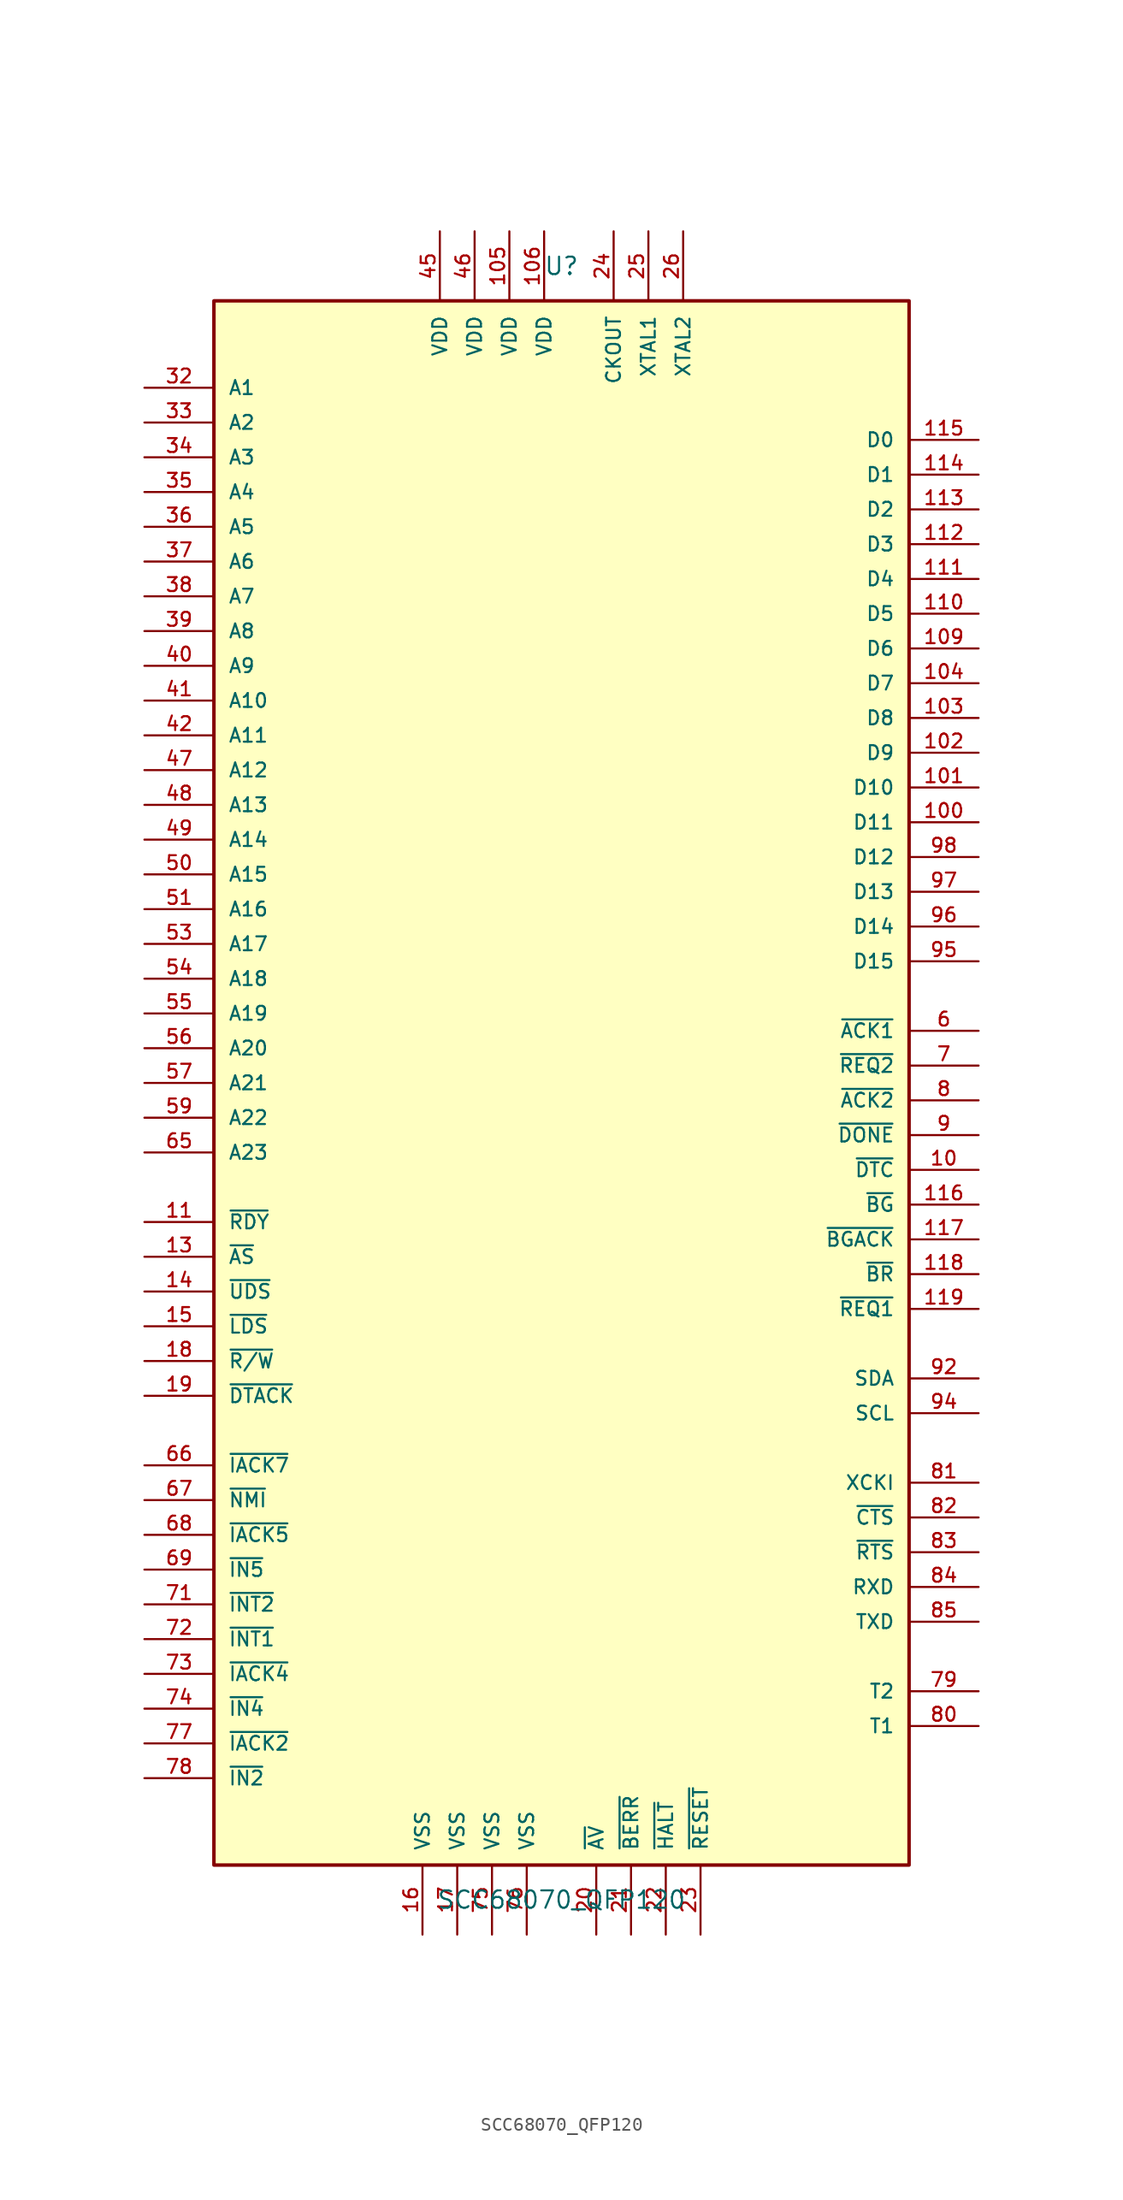
<source format=kicad_sym>
(kicad_symbol_lib
  (version 20211014)
  (generator kicad_symbol_generator)
  (symbol "SCC68070_QFP120"
    (pin_names
      (offset 1.016))
    (property "Reference" "U"
      (at 0 59.69 0)
      (effects (font (size 1.27 1.27))))
    (property "Value" "SCC68070_QFP120"
      (at 0 -59.69 0)
      (effects (font (size 1.27 1.27))))
    (symbol "SCC68070_QFP120_0_1"
      (rectangle (start -25.40 57.15) (end 25.40 -57.15) (stroke (width 0.254) (type default) (color 0 0 0 0)) (fill (type background))))
    (symbol "SCC68070_QFP120_1_1"
      (pin tri_state line (at -30.48 50.80 0) (length 5.08) (name "A1" (effects (font (size 1.016 1.016)))) (number "32" (effects (font (size 1.016 1.016)))))
      (pin tri_state line (at -30.48 48.26 0) (length 5.08) (name "A2" (effects (font (size 1.016 1.016)))) (number "33" (effects (font (size 1.016 1.016)))))
      (pin tri_state line (at -30.48 45.72 0) (length 5.08) (name "A3" (effects (font (size 1.016 1.016)))) (number "34" (effects (font (size 1.016 1.016)))))
      (pin tri_state line (at -30.48 43.18 0) (length 5.08) (name "A4" (effects (font (size 1.016 1.016)))) (number "35" (effects (font (size 1.016 1.016)))))
      (pin tri_state line (at -30.48 40.64 0) (length 5.08) (name "A5" (effects (font (size 1.016 1.016)))) (number "36" (effects (font (size 1.016 1.016)))))
      (pin tri_state line (at -30.48 38.10 0) (length 5.08) (name "A6" (effects (font (size 1.016 1.016)))) (number "37" (effects (font (size 1.016 1.016)))))
      (pin tri_state line (at -30.48 35.56 0) (length 5.08) (name "A7" (effects (font (size 1.016 1.016)))) (number "38" (effects (font (size 1.016 1.016)))))
      (pin tri_state line (at -30.48 33.02 0) (length 5.08) (name "A8" (effects (font (size 1.016 1.016)))) (number "39" (effects (font (size 1.016 1.016)))))
      (pin tri_state line (at -30.48 30.48 0) (length 5.08) (name "A9" (effects (font (size 1.016 1.016)))) (number "40" (effects (font (size 1.016 1.016)))))
      (pin tri_state line (at -30.48 27.94 0) (length 5.08) (name "A10" (effects (font (size 1.016 1.016)))) (number "41" (effects (font (size 1.016 1.016)))))
      (pin tri_state line (at -30.48 25.40 0) (length 5.08) (name "A11" (effects (font (size 1.016 1.016)))) (number "42" (effects (font (size 1.016 1.016)))))
      (pin tri_state line (at -30.48 22.86 0) (length 5.08) (name "A12" (effects (font (size 1.016 1.016)))) (number "47" (effects (font (size 1.016 1.016)))))
      (pin tri_state line (at -30.48 20.32 0) (length 5.08) (name "A13" (effects (font (size 1.016 1.016)))) (number "48" (effects (font (size 1.016 1.016)))))
      (pin tri_state line (at -30.48 17.78 0) (length 5.08) (name "A14" (effects (font (size 1.016 1.016)))) (number "49" (effects (font (size 1.016 1.016)))))
      (pin tri_state line (at -30.48 15.24 0) (length 5.08) (name "A15" (effects (font (size 1.016 1.016)))) (number "50" (effects (font (size 1.016 1.016)))))
      (pin tri_state line (at -30.48 12.70 0) (length 5.08) (name "A16" (effects (font (size 1.016 1.016)))) (number "51" (effects (font (size 1.016 1.016)))))
      (pin tri_state line (at -30.48 10.16 0) (length 5.08) (name "A17" (effects (font (size 1.016 1.016)))) (number "53" (effects (font (size 1.016 1.016)))))
      (pin tri_state line (at -30.48 7.62 0) (length 5.08) (name "A18" (effects (font (size 1.016 1.016)))) (number "54" (effects (font (size 1.016 1.016)))))
      (pin tri_state line (at -30.48 5.08 0) (length 5.08) (name "A19" (effects (font (size 1.016 1.016)))) (number "55" (effects (font (size 1.016 1.016)))))
      (pin tri_state line (at -30.48 2.54 0) (length 5.08) (name "A20" (effects (font (size 1.016 1.016)))) (number "56" (effects (font (size 1.016 1.016)))))
      (pin tri_state line (at -30.48 0.00 0) (length 5.08) (name "A21" (effects (font (size 1.016 1.016)))) (number "57" (effects (font (size 1.016 1.016)))))
      (pin tri_state line (at -30.48 -2.54 0) (length 5.08) (name "A22" (effects (font (size 1.016 1.016)))) (number "59" (effects (font (size 1.016 1.016)))))
      (pin tri_state line (at -30.48 -5.08 0) (length 5.08) (name "A23" (effects (font (size 1.016 1.016)))) (number "65" (effects (font (size 1.016 1.016)))))
      (pin input line (at -30.48 -10.16 0) (length 5.08) (name "~{RDY}" (effects (font (size 1.016 1.016)))) (number "11" (effects (font (size 1.016 1.016)))))
      (pin tri_state line (at -30.48 -12.70 0) (length 5.08) (name "~{AS}" (effects (font (size 1.016 1.016)))) (number "13" (effects (font (size 1.016 1.016)))))
      (pin tri_state line (at -30.48 -15.24 0) (length 5.08) (name "~{UDS}" (effects (font (size 1.016 1.016)))) (number "14" (effects (font (size 1.016 1.016)))))
      (pin tri_state line (at -30.48 -17.78 0) (length 5.08) (name "~{LDS}" (effects (font (size 1.016 1.016)))) (number "15" (effects (font (size 1.016 1.016)))))
      (pin tri_state line (at -30.48 -20.32 0) (length 5.08) (name "~{R/W}" (effects (font (size 1.016 1.016)))) (number "18" (effects (font (size 1.016 1.016)))))
      (pin input line (at -30.48 -22.86 0) (length 5.08) (name "~{DTACK}" (effects (font (size 1.016 1.016)))) (number "19" (effects (font (size 1.016 1.016)))))
      (pin output line (at -30.48 -27.94 0) (length 5.08) (name "~{IACK7}" (effects (font (size 1.016 1.016)))) (number "66" (effects (font (size 1.016 1.016)))))
      (pin input line (at -30.48 -30.48 0) (length 5.08) (name "~{NMI}" (effects (font (size 1.016 1.016)))) (number "67" (effects (font (size 1.016 1.016)))))
      (pin output line (at -30.48 -33.02 0) (length 5.08) (name "~{IACK5}" (effects (font (size 1.016 1.016)))) (number "68" (effects (font (size 1.016 1.016)))))
      (pin input line (at -30.48 -35.56 0) (length 5.08) (name "~{IN5}" (effects (font (size 1.016 1.016)))) (number "69" (effects (font (size 1.016 1.016)))))
      (pin input line (at -30.48 -38.10 0) (length 5.08) (name "~{INT2}" (effects (font (size 1.016 1.016)))) (number "71" (effects (font (size 1.016 1.016)))))
      (pin input line (at -30.48 -40.64 0) (length 5.08) (name "~{INT1}" (effects (font (size 1.016 1.016)))) (number "72" (effects (font (size 1.016 1.016)))))
      (pin output line (at -30.48 -43.18 0) (length 5.08) (name "~{IACK4}" (effects (font (size 1.016 1.016)))) (number "73" (effects (font (size 1.016 1.016)))))
      (pin input line (at -30.48 -45.72 0) (length 5.08) (name "~{IN4}" (effects (font (size 1.016 1.016)))) (number "74" (effects (font (size 1.016 1.016)))))
      (pin output line (at -30.48 -48.26 0) (length 5.08) (name "~{IACK2}" (effects (font (size 1.016 1.016)))) (number "77" (effects (font (size 1.016 1.016)))))
      (pin input line (at -30.48 -50.80 0) (length 5.08) (name "~{IN2}" (effects (font (size 1.016 1.016)))) (number "78" (effects (font (size 1.016 1.016)))))
      (pin bidirectional line (at 30.48 46.99 180) (length 5.08) (name "D0" (effects (font (size 1.016 1.016)))) (number "115" (effects (font (size 1.016 1.016)))))
      (pin bidirectional line (at 30.48 44.45 180) (length 5.08) (name "D1" (effects (font (size 1.016 1.016)))) (number "114" (effects (font (size 1.016 1.016)))))
      (pin bidirectional line (at 30.48 41.91 180) (length 5.08) (name "D2" (effects (font (size 1.016 1.016)))) (number "113" (effects (font (size 1.016 1.016)))))
      (pin bidirectional line (at 30.48 39.37 180) (length 5.08) (name "D3" (effects (font (size 1.016 1.016)))) (number "112" (effects (font (size 1.016 1.016)))))
      (pin bidirectional line (at 30.48 36.83 180) (length 5.08) (name "D4" (effects (font (size 1.016 1.016)))) (number "111" (effects (font (size 1.016 1.016)))))
      (pin bidirectional line (at 30.48 34.29 180) (length 5.08) (name "D5" (effects (font (size 1.016 1.016)))) (number "110" (effects (font (size 1.016 1.016)))))
      (pin bidirectional line (at 30.48 31.75 180) (length 5.08) (name "D6" (effects (font (size 1.016 1.016)))) (number "109" (effects (font (size 1.016 1.016)))))
      (pin bidirectional line (at 30.48 29.21 180) (length 5.08) (name "D7" (effects (font (size 1.016 1.016)))) (number "104" (effects (font (size 1.016 1.016)))))
      (pin bidirectional line (at 30.48 26.67 180) (length 5.08) (name "D8" (effects (font (size 1.016 1.016)))) (number "103" (effects (font (size 1.016 1.016)))))
      (pin bidirectional line (at 30.48 24.13 180) (length 5.08) (name "D9" (effects (font (size 1.016 1.016)))) (number "102" (effects (font (size 1.016 1.016)))))
      (pin bidirectional line (at 30.48 21.59 180) (length 5.08) (name "D10" (effects (font (size 1.016 1.016)))) (number "101" (effects (font (size 1.016 1.016)))))
      (pin bidirectional line (at 30.48 19.05 180) (length 5.08) (name "D11" (effects (font (size 1.016 1.016)))) (number "100" (effects (font (size 1.016 1.016)))))
      (pin bidirectional line (at 30.48 16.51 180) (length 5.08) (name "D12" (effects (font (size 1.016 1.016)))) (number "98" (effects (font (size 1.016 1.016)))))
      (pin bidirectional line (at 30.48 13.97 180) (length 5.08) (name "D13" (effects (font (size 1.016 1.016)))) (number "97" (effects (font (size 1.016 1.016)))))
      (pin bidirectional line (at 30.48 11.43 180) (length 5.08) (name "D14" (effects (font (size 1.016 1.016)))) (number "96" (effects (font (size 1.016 1.016)))))
      (pin bidirectional line (at 30.48 8.89 180) (length 5.08) (name "D15" (effects (font (size 1.016 1.016)))) (number "95" (effects (font (size 1.016 1.016)))))
      (pin output line (at 30.48 3.81 180) (length 5.08) (name "~{ACK1}" (effects (font (size 1.016 1.016)))) (number "6" (effects (font (size 1.016 1.016)))))
      (pin input line (at 30.48 1.27 180) (length 5.08) (name "~{REQ2}" (effects (font (size 1.016 1.016)))) (number "7" (effects (font (size 1.016 1.016)))))
      (pin output line (at 30.48 -1.27 180) (length 5.08) (name "~{ACK2}" (effects (font (size 1.016 1.016)))) (number "8" (effects (font (size 1.016 1.016)))))
      (pin open_emitter line (at 30.48 -3.81 180) (length 5.08) (name "~{DONE}" (effects (font (size 1.016 1.016)))) (number "9" (effects (font (size 1.016 1.016)))))
      (pin open_collector line (at 30.48 -6.35 180) (length 5.08) (name "~{DTC}" (effects (font (size 1.016 1.016)))) (number "10" (effects (font (size 1.016 1.016)))))
      (pin output line (at 30.48 -8.89 180) (length 5.08) (name "~{BG}" (effects (font (size 1.016 1.016)))) (number "116" (effects (font (size 1.016 1.016)))))
      (pin open_emitter line (at 30.48 -11.43 180) (length 5.08) (name "~{BGACK}" (effects (font (size 1.016 1.016)))) (number "117" (effects (font (size 1.016 1.016)))))
      (pin input line (at 30.48 -13.97 180) (length 5.08) (name "~{BR}" (effects (font (size 1.016 1.016)))) (number "118" (effects (font (size 1.016 1.016)))))
      (pin input line (at 30.48 -16.51 180) (length 5.08) (name "~{REQ1}" (effects (font (size 1.016 1.016)))) (number "119" (effects (font (size 1.016 1.016)))))
      (pin open_emitter line (at 30.48 -21.59 180) (length 5.08) (name "SDA" (effects (font (size 1.016 1.016)))) (number "92" (effects (font (size 1.016 1.016)))))
      (pin open_emitter line (at 30.48 -24.13 180) (length 5.08) (name "SCL" (effects (font (size 1.016 1.016)))) (number "94" (effects (font (size 1.016 1.016)))))
      (pin input line (at 30.48 -29.21 180) (length 5.08) (name "XCKI" (effects (font (size 1.016 1.016)))) (number "81" (effects (font (size 1.016 1.016)))))
      (pin input line (at 30.48 -31.75 180) (length 5.08) (name "~{CTS}" (effects (font (size 1.016 1.016)))) (number "82" (effects (font (size 1.016 1.016)))))
      (pin output line (at 30.48 -34.29 180) (length 5.08) (name "~{RTS}" (effects (font (size 1.016 1.016)))) (number "83" (effects (font (size 1.016 1.016)))))
      (pin input line (at 30.48 -36.83 180) (length 5.08) (name "RXD" (effects (font (size 1.016 1.016)))) (number "84" (effects (font (size 1.016 1.016)))))
      (pin output line (at 30.48 -39.37 180) (length 5.08) (name "TXD" (effects (font (size 1.016 1.016)))) (number "85" (effects (font (size 1.016 1.016)))))
      (pin bidirectional line (at 30.48 -44.45 180) (length 5.08) (name "T2" (effects (font (size 1.016 1.016)))) (number "79" (effects (font (size 1.016 1.016)))))
      (pin bidirectional line (at 30.48 -46.99 180) (length 5.08) (name "T1" (effects (font (size 1.016 1.016)))) (number "80" (effects (font (size 1.016 1.016)))))
      (pin power_in line (at -8.89 62.23 270) (length 5.08) (name "VDD" (effects (font (size 1.016 1.016)))) (number "45" (effects (font (size 1.016 1.016)))))
      (pin power_in line (at -6.35 62.23 270) (length 5.08) (name "VDD" (effects (font (size 1.016 1.016)))) (number "46" (effects (font (size 1.016 1.016)))))
      (pin power_in line (at -3.81 62.23 270) (length 5.08) (name "VDD" (effects (font (size 1.016 1.016)))) (number "105" (effects (font (size 1.016 1.016)))))
      (pin power_in line (at -1.27 62.23 270) (length 5.08) (name "VDD" (effects (font (size 1.016 1.016)))) (number "106" (effects (font (size 1.016 1.016)))))
      (pin output line (at 3.81 62.23 270) (length 5.08) (name "CKOUT" (effects (font (size 1.016 1.016)))) (number "24" (effects (font (size 1.016 1.016)))))
      (pin input line (at 6.35 62.23 270) (length 5.08) (name "XTAL1" (effects (font (size 1.016 1.016)))) (number "25" (effects (font (size 1.016 1.016)))))
      (pin input line (at 8.89 62.23 270) (length 5.08) (name "XTAL2" (effects (font (size 1.016 1.016)))) (number "26" (effects (font (size 1.016 1.016)))))
      (pin power_in line (at -10.16 -62.23 90) (length 5.08) (name "VSS" (effects (font (size 1.016 1.016)))) (number "16" (effects (font (size 1.016 1.016)))))
      (pin power_in line (at -7.62 -62.23 90) (length 5.08) (name "VSS" (effects (font (size 1.016 1.016)))) (number "17" (effects (font (size 1.016 1.016)))))
      (pin power_in line (at -5.08 -62.23 90) (length 5.08) (name "VSS" (effects (font (size 1.016 1.016)))) (number "75" (effects (font (size 1.016 1.016)))))
      (pin power_in line (at -2.54 -62.23 90) (length 5.08) (name "VSS" (effects (font (size 1.016 1.016)))) (number "76" (effects (font (size 1.016 1.016)))))
      (pin input line (at 2.54 -62.23 90) (length 5.08) (name "~{AV}" (effects (font (size 1.016 1.016)))) (number "20" (effects (font (size 1.016 1.016)))))
      (pin open_emitter line (at 5.08 -62.23 90) (length 5.08) (name "~{BERR}" (effects (font (size 1.016 1.016)))) (number "21" (effects (font (size 1.016 1.016)))))
      (pin open_emitter line (at 7.62 -62.23 90) (length 5.08) (name "~{HALT}" (effects (font (size 1.016 1.016)))) (number "22" (effects (font (size 1.016 1.016)))))
      (pin open_emitter line (at 10.16 -62.23 90) (length 5.08) (name "~{RESET}" (effects (font (size 1.016 1.016)))) (number "23" (effects (font (size 1.016 1.016))))))))
</source>
